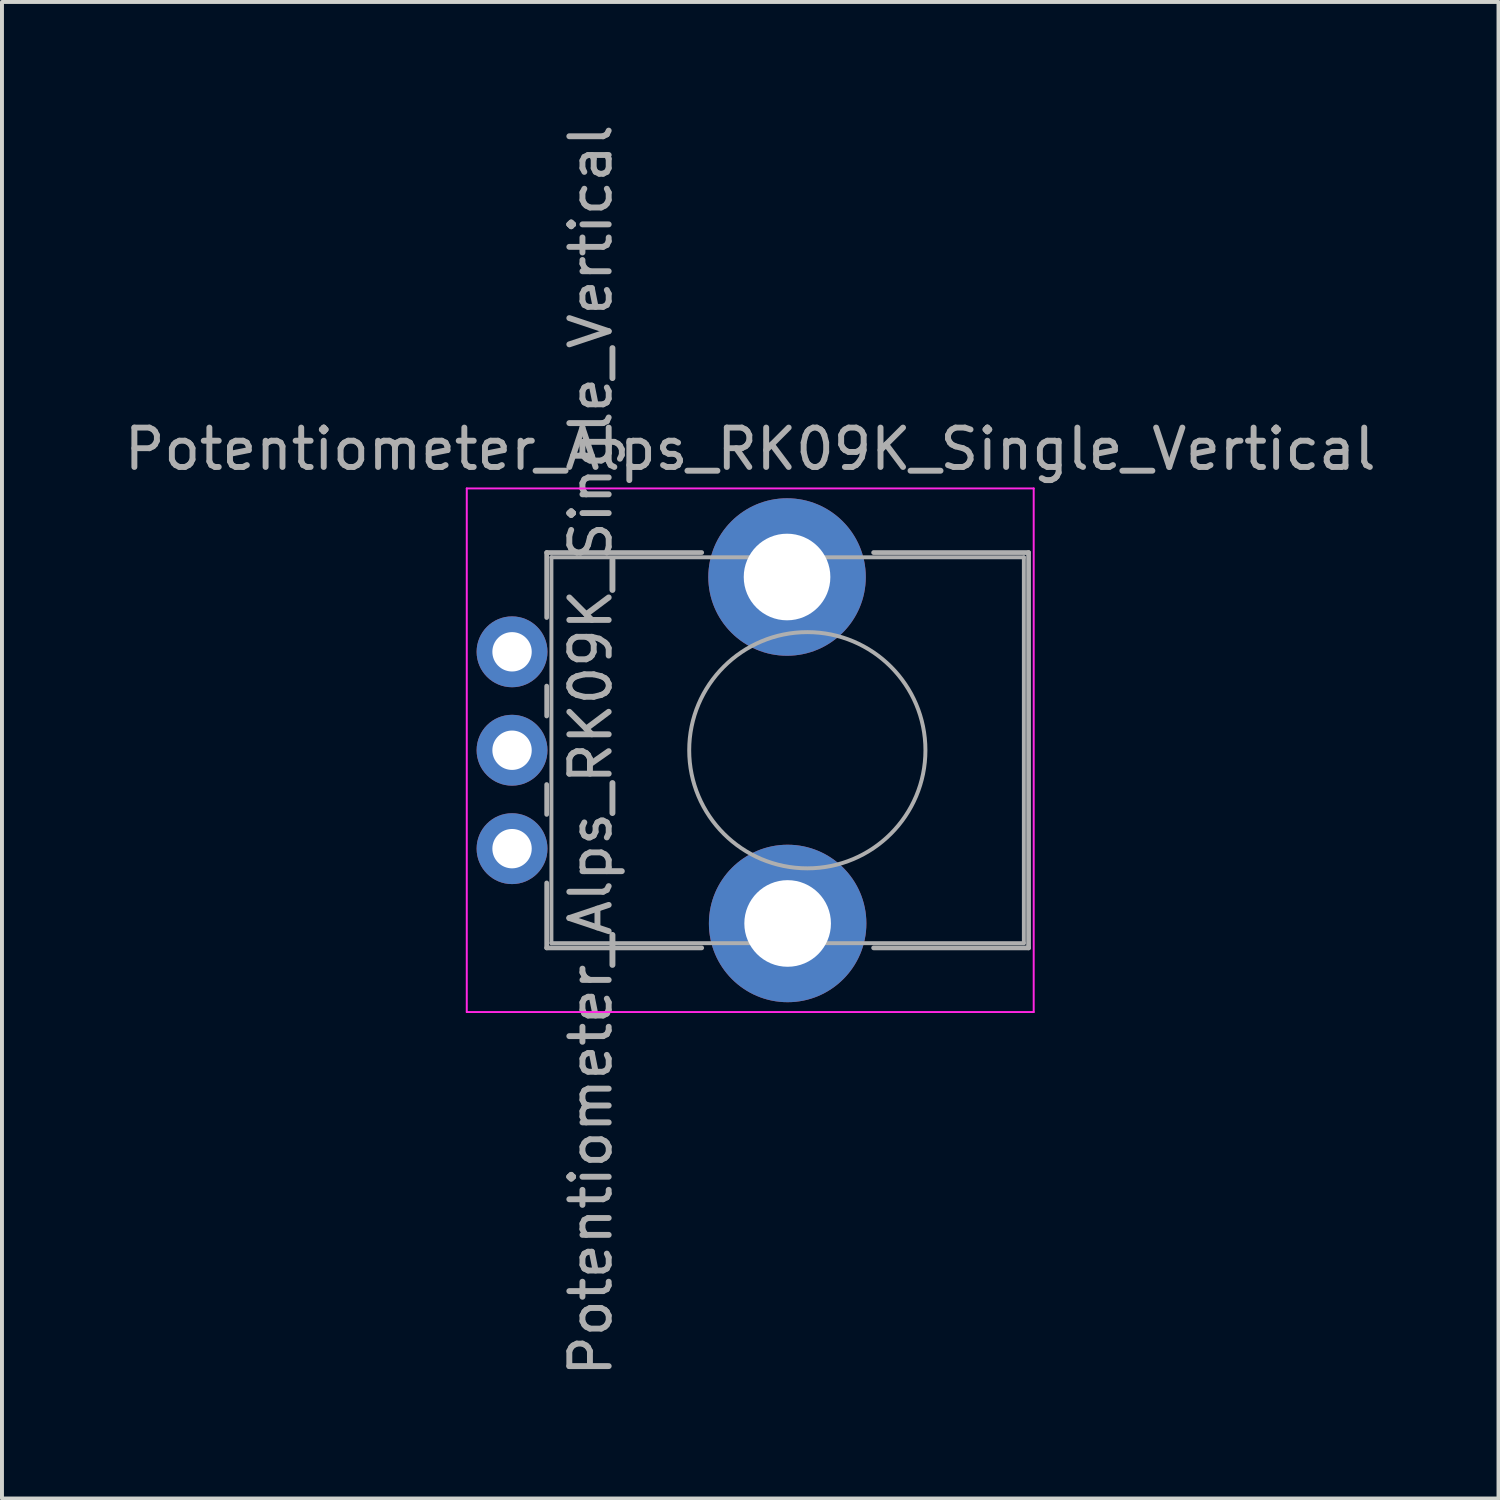
<source format=kicad_pcb>
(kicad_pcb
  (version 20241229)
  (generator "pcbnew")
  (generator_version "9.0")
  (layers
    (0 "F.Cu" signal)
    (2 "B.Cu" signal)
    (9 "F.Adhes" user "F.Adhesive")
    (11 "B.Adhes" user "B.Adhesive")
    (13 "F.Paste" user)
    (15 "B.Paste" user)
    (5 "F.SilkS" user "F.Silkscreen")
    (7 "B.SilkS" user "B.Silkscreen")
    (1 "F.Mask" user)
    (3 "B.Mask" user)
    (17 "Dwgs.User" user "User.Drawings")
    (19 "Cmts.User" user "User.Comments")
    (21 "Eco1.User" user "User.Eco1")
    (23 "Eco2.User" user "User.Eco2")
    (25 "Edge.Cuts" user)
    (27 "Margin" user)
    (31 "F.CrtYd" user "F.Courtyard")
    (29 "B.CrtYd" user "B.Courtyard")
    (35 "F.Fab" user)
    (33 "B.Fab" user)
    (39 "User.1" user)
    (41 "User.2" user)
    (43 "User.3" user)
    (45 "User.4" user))
  (footprint "Potentiometer_Alps_RK09K_Single_Vertical"
    (layer "F.Cu")
    (at 9.956 18.506)
    (property "Reference" "Potentiometer_Alps_RK09K_Single_Vertical" (at 6.05 -10.15 0) (layer "F.Fab") (effects (font (size 1 1) (thickness 0.15))))
    (attr through_hole)
    (fp_line (start -1.15 -9.15) (end -1.15 4.15) (stroke (width 0.05) (type solid)) (layer "F.CrtYd"))
    (fp_line (start -1.15 4.15) (end 13.25 4.15) (stroke (width 0.05) (type solid)) (layer "F.CrtYd"))
    (fp_line (start 13.25 -9.15) (end -1.15 -9.15) (stroke (width 0.05) (type solid)) (layer "F.CrtYd"))
    (fp_line (start 13.25 4.15) (end 13.25 -9.15) (stroke (width 0.05) (type solid)) (layer "F.CrtYd"))
    (fp_line (start 0.88 -7.521) (end 0.88 -5.871) (stroke (width 0.12) (type solid)) (layer "F.Fab"))
    (fp_line (start 0.88 -7.521) (end 4.817 -7.521) (stroke (width 0.12) (type solid)) (layer "F.Fab"))
    (fp_line (start 0.88 -4.129) (end 0.88 -3.37) (stroke (width 0.12) (type solid)) (layer "F.Fab"))
    (fp_line (start 0.88 -1.629) (end 0.88 -0.87) (stroke (width 0.12) (type solid)) (layer "F.Fab"))
    (fp_line (start 0.88 0.87) (end 0.88 2.52) (stroke (width 0.12) (type solid)) (layer "F.Fab"))
    (fp_line (start 0.88 2.52) (end 4.817 2.52) (stroke (width 0.12) (type solid)) (layer "F.Fab"))
    (fp_line (start 1 -7.4) (end 1 2.4) (stroke (width 0.1) (type solid)) (layer "F.Fab"))
    (fp_line (start 1 2.4) (end 13 2.4) (stroke (width 0.1) (type solid)) (layer "F.Fab"))
    (fp_line (start 9.184 -7.521) (end 13.12 -7.521) (stroke (width 0.12) (type solid)) (layer "F.Fab"))
    (fp_line (start 9.184 2.52) (end 13.12 2.52) (stroke (width 0.12) (type solid)) (layer "F.Fab"))
    (fp_line (start 13 -7.4) (end 1 -7.4) (stroke (width 0.1) (type solid)) (layer "F.Fab"))
    (fp_line (start 13 2.4) (end 13 -7.4) (stroke (width 0.1) (type solid)) (layer "F.Fab"))
    (fp_line (start 13.12 -7.521) (end 13.12 2.52) (stroke (width 0.12) (type solid)) (layer "F.Fab"))
    (fp_circle (center 7.5 -2.5) (end 10.5 -2.5) (stroke (width 0.1) (type solid)) (fill no) (layer "F.Fab"))
    (fp_text user "${REFERENCE}" (at 2 -2.5 90) (layer "F.Fab") (effects (font (size 1 1) (thickness 0.15))))
    (pad "" np_thru_hole circle (at 6.985 -6.9) (size 4 4) (drill 2.2) (layers "*.Cu" "*.Mask"))
    (pad "" np_thru_hole circle (at 7 1.9) (size 4 4) (drill 2.2) (layers "*.Cu" "*.Mask"))
    (pad "1" thru_hole circle (at 0 0) (size 1.8 1.8) (drill 1) (layers "*.Cu" "*.Mask"))
    (pad "2" thru_hole circle (at 0 -2.5) (size 1.8 1.8) (drill 1) (layers "*.Cu" "*.Mask"))
    (pad "3" thru_hole circle (at 0 -5) (size 1.8 1.8) (drill 1) (layers "*.Cu" "*.Mask")))
  (gr_rect
    (start -3 -3)
    (end 35.012 35.012)
    (stroke (width 0.1) (type default))
    (fill no)
    (layer "Edge.Cuts")))
</source>
